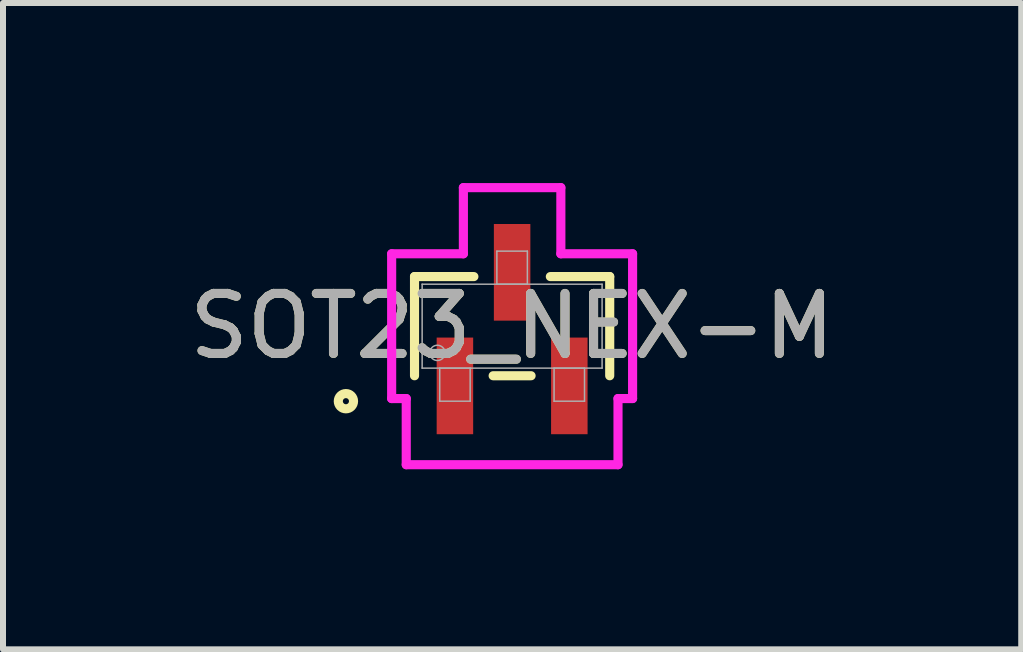
<source format=kicad_pcb>
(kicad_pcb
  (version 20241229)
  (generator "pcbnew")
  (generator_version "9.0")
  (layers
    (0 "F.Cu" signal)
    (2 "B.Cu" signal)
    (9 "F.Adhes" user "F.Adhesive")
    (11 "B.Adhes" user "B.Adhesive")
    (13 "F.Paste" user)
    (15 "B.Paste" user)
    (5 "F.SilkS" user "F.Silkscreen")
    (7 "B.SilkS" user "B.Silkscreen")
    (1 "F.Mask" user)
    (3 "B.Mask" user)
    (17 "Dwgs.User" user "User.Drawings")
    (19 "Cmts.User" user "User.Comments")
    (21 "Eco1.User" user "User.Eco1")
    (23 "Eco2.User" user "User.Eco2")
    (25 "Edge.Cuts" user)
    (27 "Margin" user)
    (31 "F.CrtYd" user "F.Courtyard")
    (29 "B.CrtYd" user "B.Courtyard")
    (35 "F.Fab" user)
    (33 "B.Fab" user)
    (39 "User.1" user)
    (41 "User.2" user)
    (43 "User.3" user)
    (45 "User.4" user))
  (footprint "SOT23_NEX-M"
    (layer "F.Cu")
    (at 5.482 2.384)
    (property "Reference" "SOT23_NEX-M" (at 0 0 0) (unlocked yes) (layer "F.SilkS") (effects (font (size 1 1) (thickness 0.15))))
    (attr smd)
    (fp_line (start -1.626 -0.826) (end -1.626 0.826) (stroke (width 0.152) (type solid)) (layer "F.SilkS"))
    (fp_line (start -0.637 -0.826) (end -1.626 -0.826) (stroke (width 0.152) (type solid)) (layer "F.SilkS"))
    (fp_line (start -0.316 0.826) (end 0.316 0.826) (stroke (width 0.152) (type solid)) (layer "F.SilkS"))
    (fp_line (start 1.626 -0.826) (end 0.637 -0.826) (stroke (width 0.152) (type solid)) (layer "F.SilkS"))
    (fp_line (start 1.626 0.826) (end 1.626 -0.826) (stroke (width 0.152) (type solid)) (layer "F.SilkS"))
    (fp_circle (center -2.769 1.25) (end -2.642 1.25) (stroke (width 0.152) (type solid)) (fill no) (layer "F.SilkS"))
    (fp_line (start -2.007 -1.206) (end -0.812 -1.206) (stroke (width 0.152) (type solid)) (layer "F.CrtYd"))
    (fp_line (start -2.007 1.206) (end -2.007 -1.206) (stroke (width 0.152) (type solid)) (layer "F.CrtYd"))
    (fp_line (start -2.007 1.206) (end -1.764 1.206) (stroke (width 0.152) (type solid)) (layer "F.CrtYd"))
    (fp_line (start -1.764 1.206) (end -1.764 2.308) (stroke (width 0.152) (type solid)) (layer "F.CrtYd"))
    (fp_line (start -1.764 2.308) (end 1.764 2.308) (stroke (width 0.152) (type solid)) (layer "F.CrtYd"))
    (fp_line (start -0.812 -2.308) (end 0.812 -2.308) (stroke (width 0.152) (type solid)) (layer "F.CrtYd"))
    (fp_line (start -0.812 -1.206) (end -0.812 -2.308) (stroke (width 0.152) (type solid)) (layer "F.CrtYd"))
    (fp_line (start 0.812 -1.206) (end 0.812 -2.308) (stroke (width 0.152) (type solid)) (layer "F.CrtYd"))
    (fp_line (start 1.764 1.206) (end 1.764 2.308) (stroke (width 0.152) (type solid)) (layer "F.CrtYd"))
    (fp_line (start 2.007 -1.206) (end 0.812 -1.206) (stroke (width 0.152) (type solid)) (layer "F.CrtYd"))
    (fp_line (start 2.007 -1.206) (end 2.007 1.206) (stroke (width 0.152) (type solid)) (layer "F.CrtYd"))
    (fp_line (start 2.007 1.206) (end 1.764 1.206) (stroke (width 0.152) (type solid)) (layer "F.CrtYd"))
    (fp_line (start -1.499 -0.699) (end -1.499 0.699) (stroke (width 0.025) (type solid)) (layer "F.Fab"))
    (fp_line (start -1.499 0.699) (end 1.499 0.699) (stroke (width 0.025) (type solid)) (layer "F.Fab"))
    (fp_line (start -1.206 0.699) (end -1.206 1.25) (stroke (width 0.025) (type solid)) (layer "F.Fab"))
    (fp_line (start -1.206 1.25) (end -0.699 1.25) (stroke (width 0.025) (type solid)) (layer "F.Fab"))
    (fp_line (start -0.699 0.699) (end -1.206 0.699) (stroke (width 0.025) (type solid)) (layer "F.Fab"))
    (fp_line (start -0.699 1.25) (end -0.699 0.699) (stroke (width 0.025) (type solid)) (layer "F.Fab"))
    (fp_line (start -0.254 -1.25) (end -0.254 -0.699) (stroke (width 0.025) (type solid)) (layer "F.Fab"))
    (fp_line (start -0.254 -0.699) (end 0.254 -0.699) (stroke (width 0.025) (type solid)) (layer "F.Fab"))
    (fp_line (start 0.254 -1.25) (end -0.254 -1.25) (stroke (width 0.025) (type solid)) (layer "F.Fab"))
    (fp_line (start 0.254 -0.699) (end 0.254 -1.25) (stroke (width 0.025) (type solid)) (layer "F.Fab"))
    (fp_line (start 0.699 0.699) (end 0.699 1.25) (stroke (width 0.025) (type solid)) (layer "F.Fab"))
    (fp_line (start 0.699 1.25) (end 1.206 1.25) (stroke (width 0.025) (type solid)) (layer "F.Fab"))
    (fp_line (start 1.206 0.699) (end 0.699 0.699) (stroke (width 0.025) (type solid)) (layer "F.Fab"))
    (fp_line (start 1.206 1.25) (end 1.206 0.699) (stroke (width 0.025) (type solid)) (layer "F.Fab"))
    (fp_line (start 1.499 -0.699) (end -1.499 -0.699) (stroke (width 0.025) (type solid)) (layer "F.Fab"))
    (fp_line (start 1.499 0.699) (end 1.499 -0.699) (stroke (width 0.025) (type solid)) (layer "F.Fab"))
    (fp_circle (center -1.245 0.445) (end -1.118 0.445) (stroke (width 0.025) (type solid)) (fill no) (layer "F.Fab"))
    (fp_text user "${REFERENCE}" (at 0 0 0) (unlocked yes) (layer "F.Fab") (effects (font (size 1 1) (thickness 0.15))))
    (pad "1" smd rect (at -0.953 0.995) (size 0.608 1.61) (layers "F.Cu" "F.Mask" "F.Paste"))
    (pad "2" smd rect (at 0.953 0.995) (size 0.608 1.61) (layers "F.Cu" "F.Mask" "F.Paste"))
    (pad "3" smd rect (at 0 -0.897) (size 0.608 1.61) (layers "F.Cu" "F.Mask" "F.Paste")))
  (gr_rect
    (start -3 -3)
    (end 13.964 7.768)
    (stroke (width 0.1) (type default))
    (fill no)
    (layer "Edge.Cuts")))
</source>
